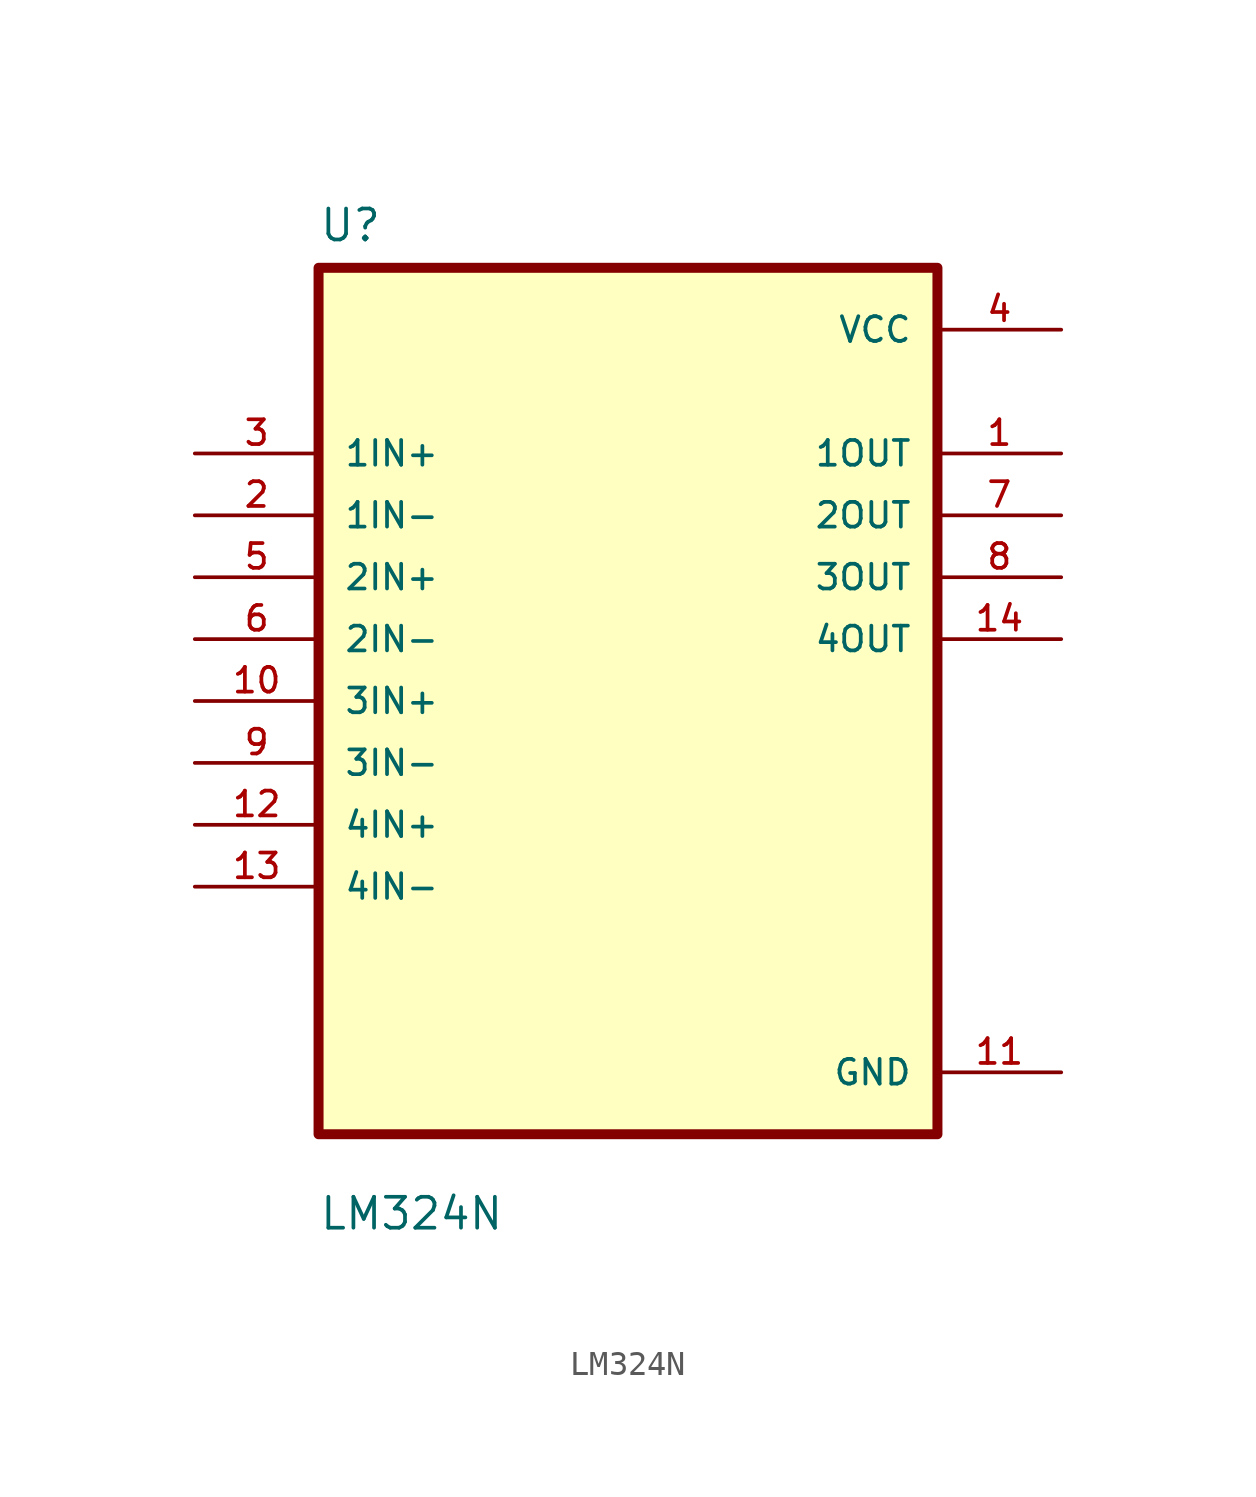
<source format=kicad_sym>
(kicad_symbol_lib
  (version 20211014)
  (generator kicad_symbol_editor)
  (symbol "LM324N"
    (pin_names
      (offset 1.016))
    (property "Reference" "U"
      (at -12.7 18.78 0.0)
      (effects (font (size 1.27 1.27)) (justify bottom left)))
    (property "Value" "LM324N"
      (at -12.7 -21.78 0.0)
      (effects (font (size 1.27 1.27)) (justify bottom left)))
    (symbol "LM324N_0_0"
      (rectangle (start -12.7 -17.78) (end 12.7 17.78) (stroke (width 0.41)) (fill (type background)))
      (pin input line (at -17.78 10.16 0) (length 5.08) (name "1IN+" (effects (font (size 1.016 1.016)))) (number "3" (effects (font (size 1.016 1.016)))))
      (pin input line (at -17.78 7.62 0) (length 5.08) (name "1IN-" (effects (font (size 1.016 1.016)))) (number "2" (effects (font (size 1.016 1.016)))))
      (pin input line (at -17.78 5.08 0) (length 5.08) (name "2IN+" (effects (font (size 1.016 1.016)))) (number "5" (effects (font (size 1.016 1.016)))))
      (pin input line (at -17.78 2.54 0) (length 5.08) (name "2IN-" (effects (font (size 1.016 1.016)))) (number "6" (effects (font (size 1.016 1.016)))))
      (pin input line (at -17.78 0.0 0) (length 5.08) (name "3IN+" (effects (font (size 1.016 1.016)))) (number "10" (effects (font (size 1.016 1.016)))))
      (pin input line (at -17.78 -2.54 0) (length 5.08) (name "3IN-" (effects (font (size 1.016 1.016)))) (number "9" (effects (font (size 1.016 1.016)))))
      (pin input line (at -17.78 -5.08 0) (length 5.08) (name "4IN+" (effects (font (size 1.016 1.016)))) (number "12" (effects (font (size 1.016 1.016)))))
      (pin input line (at -17.78 -7.62 0) (length 5.08) (name "4IN-" (effects (font (size 1.016 1.016)))) (number "13" (effects (font (size 1.016 1.016)))))
      (pin power_in line (at 17.78 15.24 180.0) (length 5.08) (name "VCC" (effects (font (size 1.016 1.016)))) (number "4" (effects (font (size 1.016 1.016)))))
      (pin output line (at 17.78 10.16 180.0) (length 5.08) (name "1OUT" (effects (font (size 1.016 1.016)))) (number "1" (effects (font (size 1.016 1.016)))))
      (pin output line (at 17.78 7.62 180.0) (length 5.08) (name "2OUT" (effects (font (size 1.016 1.016)))) (number "7" (effects (font (size 1.016 1.016)))))
      (pin output line (at 17.78 5.08 180.0) (length 5.08) (name "3OUT" (effects (font (size 1.016 1.016)))) (number "8" (effects (font (size 1.016 1.016)))))
      (pin output line (at 17.78 2.54 180.0) (length 5.08) (name "4OUT" (effects (font (size 1.016 1.016)))) (number "14" (effects (font (size 1.016 1.016)))))
      (pin power_in line (at 17.78 -15.24 180.0) (length 5.08) (name "GND" (effects (font (size 1.016 1.016)))) (number "11" (effects (font (size 1.016 1.016))))))))
</source>
